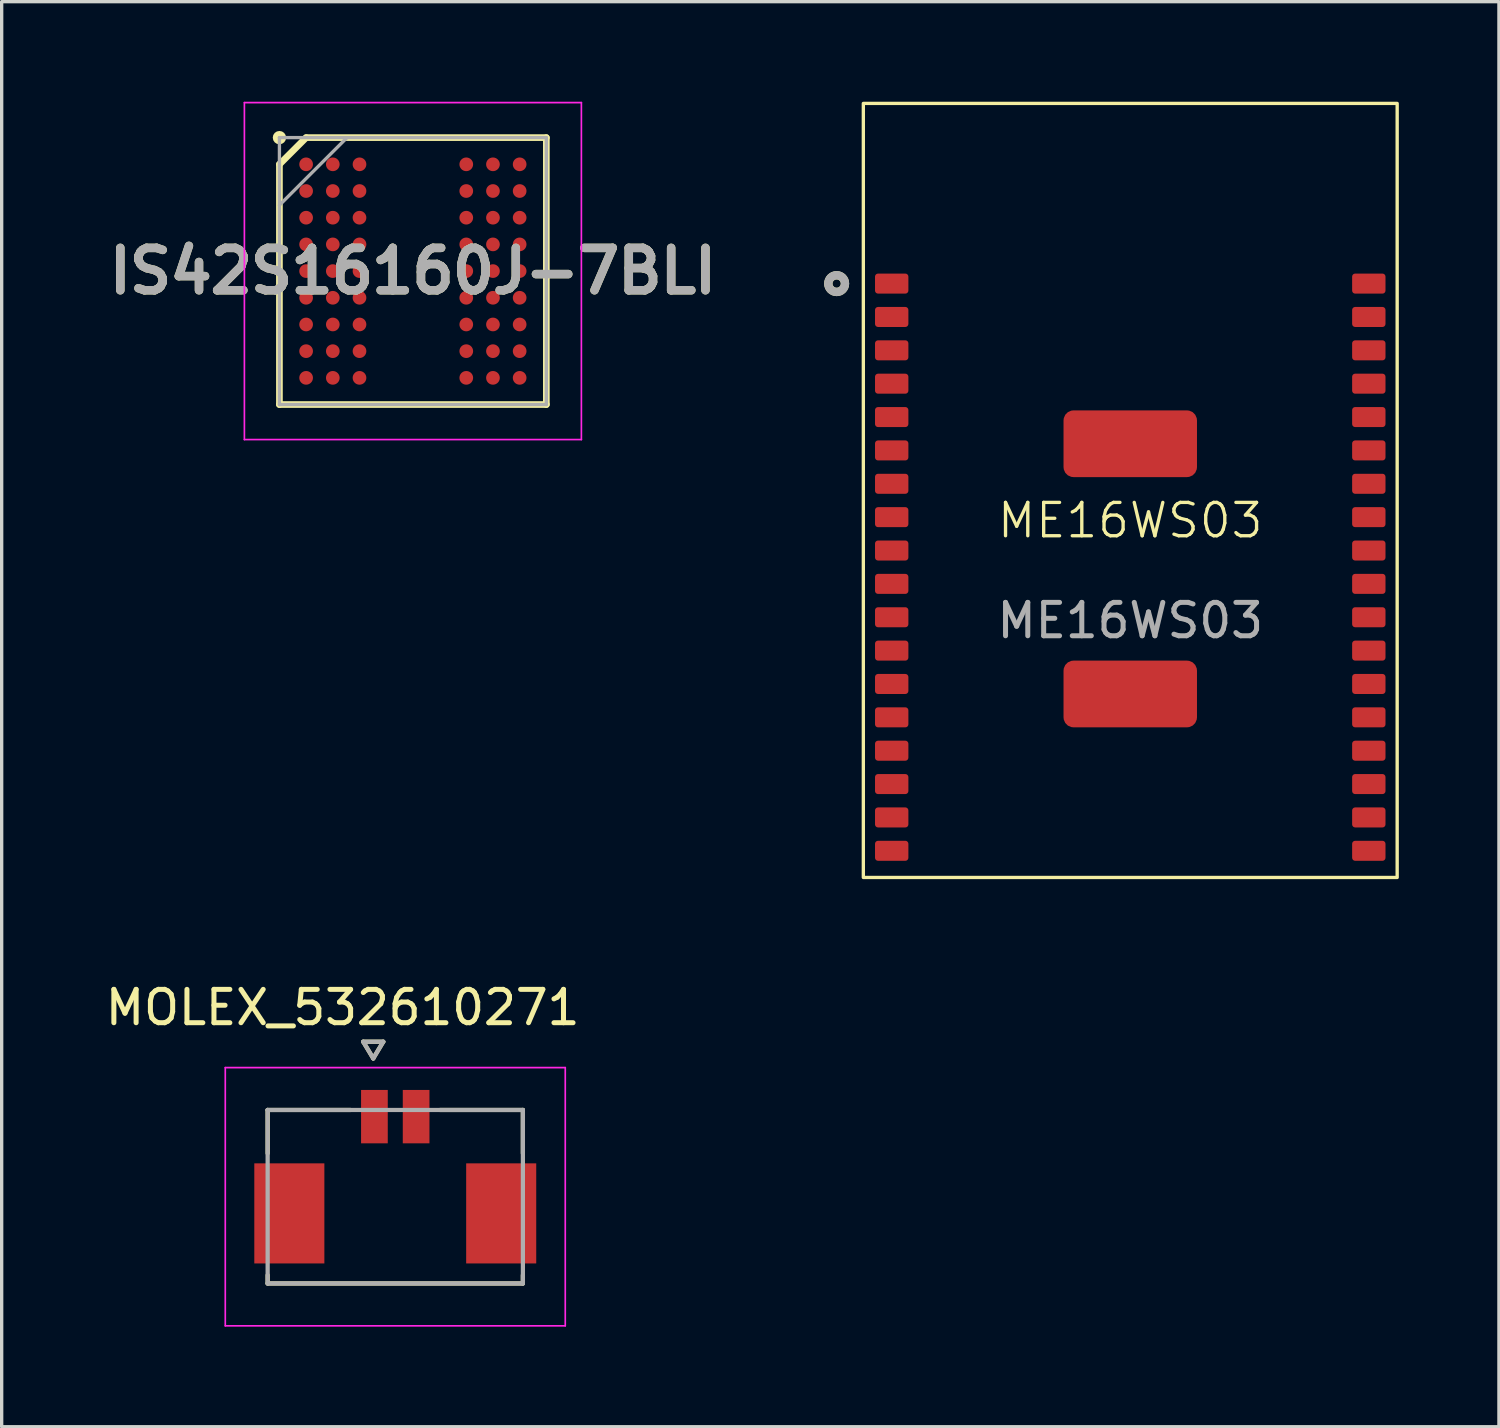
<source format=kicad_pcb>
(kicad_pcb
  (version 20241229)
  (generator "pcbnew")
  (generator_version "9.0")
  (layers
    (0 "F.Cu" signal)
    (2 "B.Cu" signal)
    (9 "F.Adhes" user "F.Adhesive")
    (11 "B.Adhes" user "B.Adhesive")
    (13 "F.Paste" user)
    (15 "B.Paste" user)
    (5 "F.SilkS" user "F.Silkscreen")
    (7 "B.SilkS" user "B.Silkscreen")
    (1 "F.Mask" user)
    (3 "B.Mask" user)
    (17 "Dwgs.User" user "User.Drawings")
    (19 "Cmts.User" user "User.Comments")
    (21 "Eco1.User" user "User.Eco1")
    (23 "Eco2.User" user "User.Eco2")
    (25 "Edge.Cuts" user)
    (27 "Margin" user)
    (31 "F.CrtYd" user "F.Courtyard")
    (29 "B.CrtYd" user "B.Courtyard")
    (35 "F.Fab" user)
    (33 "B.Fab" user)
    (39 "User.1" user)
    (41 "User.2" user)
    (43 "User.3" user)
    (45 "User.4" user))
  (footprint "ME16WS03"
    (layer "F.Cu")
    (at 30.826 11.65)
    (property "Reference" "ME16WS03" (at 0 0.9 0) (unlocked yes) (layer "F.SilkS") (effects (font (size 1 1) (thickness 0.1))))
    (attr smd)
    (fp_rect (start -8 -11.6) (end 8 11.6) (stroke (width 0.1) (type solid)) (fill no) (layer "F.SilkS"))
    (fp_circle (center -8.8 -6.2) (end -8.65 -6) (stroke (width 0.25) (type solid)) (fill no) (layer "F.SilkS"))
    (fp_circle (center -8.8 -6.2) (end -8.65 -6) (stroke (width 0.25) (type solid)) (fill no) (layer "F.Fab"))
    (fp_text user "${REFERENCE}" (at 0 3.9 0) (unlocked yes) (layer "F.Fab") (effects (font (size 1 1) (thickness 0.15))))
    (pad "1" smd roundrect (at -7.15 -6.2) (size 1 0.6) (layers "F.Cu" "F.Mask" "F.Paste") (roundrect_rratio 0.15))
    (pad "2" smd roundrect (at -7.15 -5.2) (size 1 0.6) (layers "F.Cu" "F.Mask" "F.Paste") (roundrect_rratio 0.15))
    (pad "3" smd roundrect (at -7.15 -4.2) (size 1 0.6) (layers "F.Cu" "F.Mask" "F.Paste") (roundrect_rratio 0.15))
    (pad "4" smd roundrect (at -7.15 -3.2) (size 1 0.6) (layers "F.Cu" "F.Mask" "F.Paste") (roundrect_rratio 0.15))
    (pad "5" smd roundrect (at -7.15 -2.2) (size 1 0.6) (layers "F.Cu" "F.Mask" "F.Paste") (roundrect_rratio 0.15))
    (pad "6" smd roundrect (at -7.15 -1.2) (size 1 0.6) (layers "F.Cu" "F.Mask" "F.Paste") (roundrect_rratio 0.15))
    (pad "7" smd roundrect (at -7.15 -0.2) (size 1 0.6) (layers "F.Cu" "F.Mask" "F.Paste") (roundrect_rratio 0.15))
    (pad "8" smd roundrect (at -7.15 0.8) (size 1 0.6) (layers "F.Cu" "F.Mask" "F.Paste") (roundrect_rratio 0.15))
    (pad "9" smd roundrect (at -7.15 1.8) (size 1 0.6) (layers "F.Cu" "F.Mask" "F.Paste") (roundrect_rratio 0.15))
    (pad "10" smd roundrect (at -7.15 2.8) (size 1 0.6) (layers "F.Cu" "F.Mask" "F.Paste") (roundrect_rratio 0.15))
    (pad "11" smd roundrect (at -7.15 3.8) (size 1 0.6) (layers "F.Cu" "F.Mask" "F.Paste") (roundrect_rratio 0.15))
    (pad "12" smd roundrect (at -7.15 4.8) (size 1 0.6) (layers "F.Cu" "F.Mask" "F.Paste") (roundrect_rratio 0.15))
    (pad "13" smd roundrect (at -7.15 5.8) (size 1 0.6) (layers "F.Cu" "F.Mask" "F.Paste") (roundrect_rratio 0.15))
    (pad "14" smd roundrect (at -7.15 6.8) (size 1 0.6) (layers "F.Cu" "F.Mask" "F.Paste") (roundrect_rratio 0.15))
    (pad "15" smd roundrect (at -7.15 7.8) (size 1 0.6) (layers "F.Cu" "F.Mask" "F.Paste") (roundrect_rratio 0.15))
    (pad "16" smd roundrect (at -7.15 8.8) (size 1 0.6) (layers "F.Cu" "F.Mask" "F.Paste") (roundrect_rratio 0.15))
    (pad "17" smd roundrect (at -7.15 9.8) (size 1 0.6) (layers "F.Cu" "F.Mask" "F.Paste") (roundrect_rratio 0.15))
    (pad "18" smd roundrect (at -7.15 10.8) (size 1 0.6) (layers "F.Cu" "F.Mask" "F.Paste") (roundrect_rratio 0.15))
    (pad "19" smd roundrect (at 7.15 10.8) (size 1 0.6) (layers "F.Cu" "F.Mask" "F.Paste") (roundrect_rratio 0.15))
    (pad "20" smd roundrect (at 7.15 9.8) (size 1 0.6) (layers "F.Cu" "F.Mask" "F.Paste") (roundrect_rratio 0.15))
    (pad "21" smd roundrect (at 7.15 8.8) (size 1 0.6) (layers "F.Cu" "F.Mask" "F.Paste") (roundrect_rratio 0.15))
    (pad "22" smd roundrect (at 7.15 7.8) (size 1 0.6) (layers "F.Cu" "F.Mask" "F.Paste") (roundrect_rratio 0.15))
    (pad "23" smd roundrect (at 7.15 6.8) (size 1 0.6) (layers "F.Cu" "F.Mask" "F.Paste") (roundrect_rratio 0.15))
    (pad "24" smd roundrect (at 7.15 5.8) (size 1 0.6) (layers "F.Cu" "F.Mask" "F.Paste") (roundrect_rratio 0.15))
    (pad "25" smd roundrect (at 7.15 4.8) (size 1 0.6) (layers "F.Cu" "F.Mask" "F.Paste") (roundrect_rratio 0.15))
    (pad "26" smd roundrect (at 7.15 3.8) (size 1 0.6) (layers "F.Cu" "F.Mask" "F.Paste") (roundrect_rratio 0.15))
    (pad "27" smd roundrect (at 7.15 2.8) (size 1 0.6) (layers "F.Cu" "F.Mask" "F.Paste") (roundrect_rratio 0.15))
    (pad "28" smd roundrect (at 7.15 1.8) (size 1 0.6) (layers "F.Cu" "F.Mask" "F.Paste") (roundrect_rratio 0.15))
    (pad "29" smd roundrect (at 7.15 0.8) (size 1 0.6) (layers "F.Cu" "F.Mask" "F.Paste") (roundrect_rratio 0.15))
    (pad "30" smd roundrect (at 7.15 -0.2) (size 1 0.6) (layers "F.Cu" "F.Mask" "F.Paste") (roundrect_rratio 0.15))
    (pad "31" smd roundrect (at 7.15 -1.2) (size 1 0.6) (layers "F.Cu" "F.Mask" "F.Paste") (roundrect_rratio 0.15))
    (pad "32" smd roundrect (at 7.15 -2.2) (size 1 0.6) (layers "F.Cu" "F.Mask" "F.Paste") (roundrect_rratio 0.15))
    (pad "33" smd roundrect (at 7.15 -3.2) (size 1 0.6) (layers "F.Cu" "F.Mask" "F.Paste") (roundrect_rratio 0.15))
    (pad "34" smd roundrect (at 7.15 -4.2) (size 1 0.6) (layers "F.Cu" "F.Mask" "F.Paste") (roundrect_rratio 0.15))
    (pad "35" smd roundrect (at 7.15 -5.2) (size 1 0.6) (layers "F.Cu" "F.Mask" "F.Paste") (roundrect_rratio 0.15))
    (pad "36" smd roundrect (at 7.15 -6.2) (size 1 0.6) (layers "F.Cu" "F.Mask" "F.Paste") (roundrect_rratio 0.15))
    (pad "37" smd roundrect (at 0 6.1) (size 4 2) (layers "F.Cu" "F.Mask" "F.Paste") (roundrect_rratio 0.15))
    (pad "38" smd roundrect (at 0 -1.4) (size 4 2) (layers "F.Cu" "F.Mask" "F.Paste") (roundrect_rratio 0.15)))
  (footprint "MOLEX_532610271"
    (layer "F.Cu")
    (at 8.797 32.818)
    (property "Reference" "MOLEX_532610271" (at -1.577 -5.67 0) (layer "F.SilkS") (effects (font (size 1 1) (thickness 0.15))))
    (attr smd)
    (fp_poly (pts (xy -4.301 -1.076) (xy -2.049 -1.076) (xy -2.049 2.076) (xy -4.301 2.076)) (stroke (width 0.01) (type solid)) (fill yes) (layer "F.Mask"))
    (fp_poly (pts (xy -1.101 -3.276) (xy -0.149 -3.276) (xy -0.149 -1.524) (xy -1.101 -1.524)) (stroke (width 0.01) (type solid)) (fill yes) (layer "F.Mask"))
    (fp_poly (pts (xy 0.149 -3.276) (xy 1.101 -3.276) (xy 1.101 -1.524) (xy 0.149 -1.524)) (stroke (width 0.01) (type solid)) (fill yes) (layer "F.Mask"))
    (fp_poly (pts (xy 2.049 -1.076) (xy 4.301 -1.076) (xy 4.301 2.076) (xy 2.049 2.076)) (stroke (width 0.01) (type solid)) (fill yes) (layer "F.Mask"))
    (fp_line (start -3.825 -2.6) (end -1.345 -2.6) (stroke (width 0.127) (type solid)) (layer "F.SilkS"))
    (fp_line (start -3.825 -1.3) (end -3.825 -2.6) (stroke (width 0.127) (type solid)) (layer "F.SilkS"))
    (fp_line (start -3.825 2.6) (end -3.825 2.35) (stroke (width 0.127) (type solid)) (layer "F.SilkS"))
    (fp_line (start -3.825 2.6) (end 3.825 2.6) (stroke (width 0.127) (type solid)) (layer "F.SilkS"))
    (fp_line (start -0.96 -4.645) (end -0.36 -4.645) (stroke (width 0.127) (type solid)) (layer "F.SilkS"))
    (fp_line (start -0.66 -4.145) (end -0.96 -4.645) (stroke (width 0.127) (type solid)) (layer "F.SilkS"))
    (fp_line (start -0.36 -4.645) (end -0.66 -4.145) (stroke (width 0.127) (type solid)) (layer "F.SilkS"))
    (fp_line (start 1.345 -2.6) (end 3.825 -2.6) (stroke (width 0.127) (type solid)) (layer "F.SilkS"))
    (fp_line (start 3.825 -2.6) (end 3.825 -1.3) (stroke (width 0.127) (type solid)) (layer "F.SilkS"))
    (fp_line (start 3.825 2.6) (end 3.825 2.35) (stroke (width 0.127) (type solid)) (layer "F.SilkS"))
    (fp_line (start -5.095 3.87) (end -5.095 -3.87) (stroke (width 0.05) (type solid)) (layer "F.CrtYd"))
    (fp_line (start 5.095 -3.87) (end -5.095 -3.87) (stroke (width 0.05) (type solid)) (layer "F.CrtYd"))
    (fp_line (start 5.095 -3.87) (end 5.095 3.87) (stroke (width 0.05) (type solid)) (layer "F.CrtYd"))
    (fp_line (start 5.095 3.87) (end -5.095 3.87) (stroke (width 0.05) (type solid)) (layer "F.CrtYd"))
    (fp_line (start -3.825 -2.6) (end 3.825 -2.6) (stroke (width 0.127) (type solid)) (layer "F.Fab"))
    (fp_line (start -3.825 2.6) (end -3.825 -2.6) (stroke (width 0.127) (type solid)) (layer "F.Fab"))
    (fp_line (start -0.96 -4.645) (end -0.36 -4.645) (stroke (width 0.127) (type solid)) (layer "F.Fab"))
    (fp_line (start -0.66 -4.145) (end -0.96 -4.645) (stroke (width 0.127) (type solid)) (layer "F.Fab"))
    (fp_line (start -0.36 -4.645) (end -0.66 -4.145) (stroke (width 0.127) (type solid)) (layer "F.Fab"))
    (fp_line (start 3.825 -2.6) (end 3.825 2.6) (stroke (width 0.127) (type solid)) (layer "F.Fab"))
    (fp_line (start 3.825 2.6) (end -3.825 2.6) (stroke (width 0.127) (type solid)) (layer "F.Fab"))
    (pad "1" smd rect (at -0.625 -2.4) (size 0.8 1.6) (layers "F.Cu" "F.Paste"))
    (pad "2" smd rect (at 0.625 -2.4) (size 0.8 1.6) (layers "F.Cu" "F.Paste"))
    (pad "S1" smd rect (at -3.175 0.5) (size 2.1 3) (layers "F.Cu" "F.Paste"))
    (pad "S2" smd rect (at 3.175 0.5) (size 2.1 3) (layers "F.Cu" "F.Paste")))
  (footprint "IS42S16160J-7BLI"
    (layer "F.Cu")
    (at 9.325 5.075)
    (property "Reference" "IS42S16160J-7BLI" (at 0 0 0) (layer "F.SilkS") (effects (font (size 1.27 1.27) (thickness 0.254))))
    (attr smd)
    (fp_line (start -4 -3.2) (end -3.2 -4) (stroke (width 0.2) (type solid)) (layer "F.SilkS"))
    (fp_line (start -4 4) (end -4 -3.2) (stroke (width 0.2) (type solid)) (layer "F.SilkS"))
    (fp_line (start -3.2 -4) (end 4 -4) (stroke (width 0.2) (type solid)) (layer "F.SilkS"))
    (fp_line (start 4 -4) (end 4 4) (stroke (width 0.2) (type solid)) (layer "F.SilkS"))
    (fp_line (start 4 4) (end -4 4) (stroke (width 0.2) (type solid)) (layer "F.SilkS"))
    (fp_circle (center -4 -4) (end -4 -3.9) (stroke (width 0.2) (type solid)) (fill no) (layer "F.SilkS"))
    (fp_line (start -5.05 -5.05) (end 5.05 -5.05) (stroke (width 0.05) (type solid)) (layer "F.CrtYd"))
    (fp_line (start -5.05 5.05) (end -5.05 -5.05) (stroke (width 0.05) (type solid)) (layer "F.CrtYd"))
    (fp_line (start 5.05 -5.05) (end 5.05 5.05) (stroke (width 0.05) (type solid)) (layer "F.CrtYd"))
    (fp_line (start 5.05 5.05) (end -5.05 5.05) (stroke (width 0.05) (type solid)) (layer "F.CrtYd"))
    (fp_line (start -4 -4) (end 4 -4) (stroke (width 0.1) (type solid)) (layer "F.Fab"))
    (fp_line (start -4 -1.975) (end -1.975 -4) (stroke (width 0.1) (type solid)) (layer "F.Fab"))
    (fp_line (start -4 4) (end -4 -4) (stroke (width 0.1) (type solid)) (layer "F.Fab"))
    (fp_line (start 4 -4) (end 4 4) (stroke (width 0.1) (type solid)) (layer "F.Fab"))
    (fp_line (start 4 4) (end -4 4) (stroke (width 0.1) (type solid)) (layer "F.Fab"))
    (fp_text user "${REFERENCE}" (at 0 0 0) (layer "F.Fab") (effects (font (size 1.27 1.27) (thickness 0.254))))
    (pad "A1" smd circle (at -3.2 -3.2 90) (size 0.41 0.41) (layers "F.Cu" "F.Mask" "F.Paste"))
    (pad "A2" smd circle (at -2.4 -3.2 90) (size 0.41 0.41) (layers "F.Cu" "F.Mask" "F.Paste"))
    (pad "A3" smd circle (at -1.6 -3.2 90) (size 0.41 0.41) (layers "F.Cu" "F.Mask" "F.Paste"))
    (pad "A7" smd circle (at 1.6 -3.2 90) (size 0.41 0.41) (layers "F.Cu" "F.Mask" "F.Paste"))
    (pad "A8" smd circle (at 2.4 -3.2 90) (size 0.41 0.41) (layers "F.Cu" "F.Mask" "F.Paste"))
    (pad "A9" smd circle (at 3.2 -3.2 90) (size 0.41 0.41) (layers "F.Cu" "F.Mask" "F.Paste"))
    (pad "B1" smd circle (at -3.2 -2.4 90) (size 0.41 0.41) (layers "F.Cu" "F.Mask" "F.Paste"))
    (pad "B2" smd circle (at -2.4 -2.4 90) (size 0.41 0.41) (layers "F.Cu" "F.Mask" "F.Paste"))
    (pad "B3" smd circle (at -1.6 -2.4 90) (size 0.41 0.41) (layers "F.Cu" "F.Mask" "F.Paste"))
    (pad "B7" smd circle (at 1.6 -2.4 90) (size 0.41 0.41) (layers "F.Cu" "F.Mask" "F.Paste"))
    (pad "B8" smd circle (at 2.4 -2.4 90) (size 0.41 0.41) (layers "F.Cu" "F.Mask" "F.Paste"))
    (pad "B9" smd circle (at 3.2 -2.4 90) (size 0.41 0.41) (layers "F.Cu" "F.Mask" "F.Paste"))
    (pad "C1" smd circle (at -3.2 -1.6 90) (size 0.41 0.41) (layers "F.Cu" "F.Mask" "F.Paste"))
    (pad "C2" smd circle (at -2.4 -1.6 90) (size 0.41 0.41) (layers "F.Cu" "F.Mask" "F.Paste"))
    (pad "C3" smd circle (at -1.6 -1.6 90) (size 0.41 0.41) (layers "F.Cu" "F.Mask" "F.Paste"))
    (pad "C7" smd circle (at 1.6 -1.6 90) (size 0.41 0.41) (layers "F.Cu" "F.Mask" "F.Paste"))
    (pad "C8" smd circle (at 2.4 -1.6 90) (size 0.41 0.41) (layers "F.Cu" "F.Mask" "F.Paste"))
    (pad "C9" smd circle (at 3.2 -1.6 90) (size 0.41 0.41) (layers "F.Cu" "F.Mask" "F.Paste"))
    (pad "D1" smd circle (at -3.2 -0.8 90) (size 0.41 0.41) (layers "F.Cu" "F.Mask" "F.Paste"))
    (pad "D2" smd circle (at -2.4 -0.8 90) (size 0.41 0.41) (layers "F.Cu" "F.Mask" "F.Paste"))
    (pad "D3" smd circle (at -1.6 -0.8 90) (size 0.41 0.41) (layers "F.Cu" "F.Mask" "F.Paste"))
    (pad "D7" smd circle (at 1.6 -0.8 90) (size 0.41 0.41) (layers "F.Cu" "F.Mask" "F.Paste"))
    (pad "D8" smd circle (at 2.4 -0.8 90) (size 0.41 0.41) (layers "F.Cu" "F.Mask" "F.Paste"))
    (pad "D9" smd circle (at 3.2 -0.8 90) (size 0.41 0.41) (layers "F.Cu" "F.Mask" "F.Paste"))
    (pad "E1" smd circle (at -3.2 0 90) (size 0.41 0.41) (layers "F.Cu" "F.Mask" "F.Paste"))
    (pad "E2" smd circle (at -2.4 0 90) (size 0.41 0.41) (layers "F.Cu" "F.Mask" "F.Paste"))
    (pad "E3" smd circle (at -1.6 0 90) (size 0.41 0.41) (layers "F.Cu" "F.Mask" "F.Paste"))
    (pad "E7" smd circle (at 1.6 0 90) (size 0.41 0.41) (layers "F.Cu" "F.Mask" "F.Paste"))
    (pad "E8" smd circle (at 2.4 0 90) (size 0.41 0.41) (layers "F.Cu" "F.Mask" "F.Paste"))
    (pad "E9" smd circle (at 3.2 0 90) (size 0.41 0.41) (layers "F.Cu" "F.Mask" "F.Paste"))
    (pad "F1" smd circle (at -3.2 0.8 90) (size 0.41 0.41) (layers "F.Cu" "F.Mask" "F.Paste"))
    (pad "F2" smd circle (at -2.4 0.8 90) (size 0.41 0.41) (layers "F.Cu" "F.Mask" "F.Paste"))
    (pad "F3" smd circle (at -1.6 0.8 90) (size 0.41 0.41) (layers "F.Cu" "F.Mask" "F.Paste"))
    (pad "F7" smd circle (at 1.6 0.8 90) (size 0.41 0.41) (layers "F.Cu" "F.Mask" "F.Paste"))
    (pad "F8" smd circle (at 2.4 0.8 90) (size 0.41 0.41) (layers "F.Cu" "F.Mask" "F.Paste"))
    (pad "F9" smd circle (at 3.2 0.8 90) (size 0.41 0.41) (layers "F.Cu" "F.Mask" "F.Paste"))
    (pad "G1" smd circle (at -3.2 1.6 90) (size 0.41 0.41) (layers "F.Cu" "F.Mask" "F.Paste"))
    (pad "G2" smd circle (at -2.4 1.6 90) (size 0.41 0.41) (layers "F.Cu" "F.Mask" "F.Paste"))
    (pad "G3" smd circle (at -1.6 1.6 90) (size 0.41 0.41) (layers "F.Cu" "F.Mask" "F.Paste"))
    (pad "G7" smd circle (at 1.6 1.6 90) (size 0.41 0.41) (layers "F.Cu" "F.Mask" "F.Paste"))
    (pad "G8" smd circle (at 2.4 1.6 90) (size 0.41 0.41) (layers "F.Cu" "F.Mask" "F.Paste"))
    (pad "G9" smd circle (at 3.2 1.6 90) (size 0.41 0.41) (layers "F.Cu" "F.Mask" "F.Paste"))
    (pad "H1" smd circle (at -3.2 2.4 90) (size 0.41 0.41) (layers "F.Cu" "F.Mask" "F.Paste"))
    (pad "H2" smd circle (at -2.4 2.4 90) (size 0.41 0.41) (layers "F.Cu" "F.Mask" "F.Paste"))
    (pad "H3" smd circle (at -1.6 2.4 90) (size 0.41 0.41) (layers "F.Cu" "F.Mask" "F.Paste"))
    (pad "H7" smd circle (at 1.6 2.4 90) (size 0.41 0.41) (layers "F.Cu" "F.Mask" "F.Paste"))
    (pad "H8" smd circle (at 2.4 2.4 90) (size 0.41 0.41) (layers "F.Cu" "F.Mask" "F.Paste"))
    (pad "H9" smd circle (at 3.2 2.4 90) (size 0.41 0.41) (layers "F.Cu" "F.Mask" "F.Paste"))
    (pad "J1" smd circle (at -3.2 3.2 90) (size 0.41 0.41) (layers "F.Cu" "F.Mask" "F.Paste"))
    (pad "J2" smd circle (at -2.4 3.2 90) (size 0.41 0.41) (layers "F.Cu" "F.Mask" "F.Paste"))
    (pad "J3" smd circle (at -1.6 3.2 90) (size 0.41 0.41) (layers "F.Cu" "F.Mask" "F.Paste"))
    (pad "J7" smd circle (at 1.6 3.2 90) (size 0.41 0.41) (layers "F.Cu" "F.Mask" "F.Paste"))
    (pad "J8" smd circle (at 2.4 3.2 90) (size 0.41 0.41) (layers "F.Cu" "F.Mask" "F.Paste"))
    (pad "J9" smd circle (at 3.2 3.2 90) (size 0.41 0.41) (layers "F.Cu" "F.Mask" "F.Paste")))
  (gr_rect
    (start -3 -3)
    (end 41.876 39.713)
    (stroke (width 0.1) (type default))
    (fill no)
    (layer "Edge.Cuts")))
</source>
